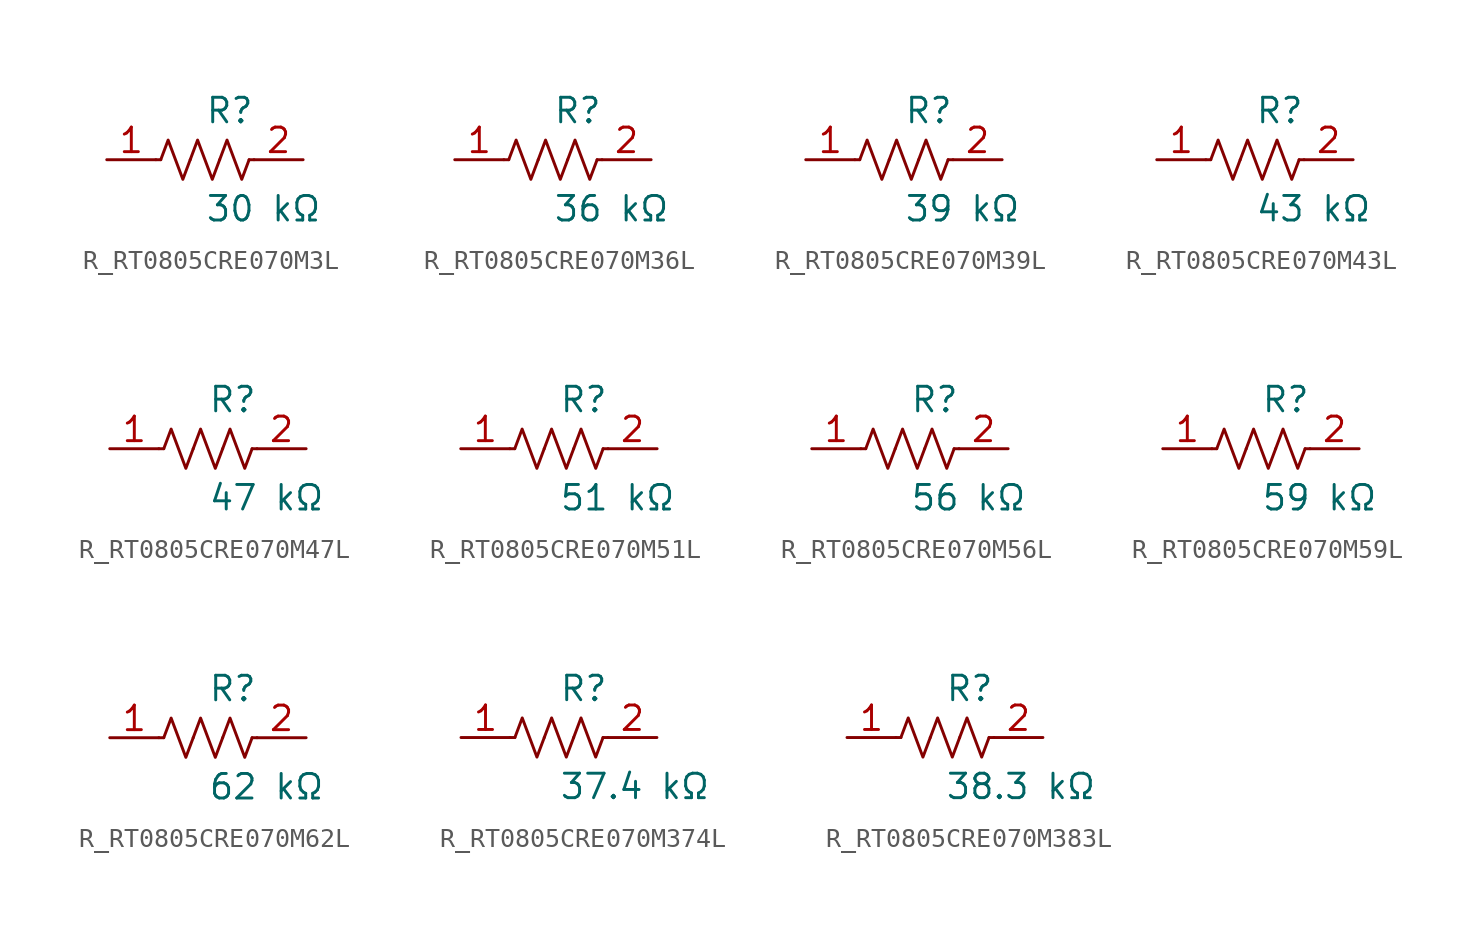
<source format=kicad_sym>
(kicad_symbol_lib
  (version 20231120)
  (generator kicad_symbol_editor)
  (generator_version 8.0)
  (symbol "R_RT0805CRE070M3L"
    (pin_names
      (offset 0.254))
    (property "Reference" "R"
      (at 0.0 2.54 0)
      (effects (font (size 1.27 1.27)) (justify left)))
    (property "Value" "30 kΩ"
      (at 0.0 -2.54 0)
      (effects (font (size 1.27 1.27)) (justify left)))
    (symbol "R_RT0805CRE070M3L_0_1"
      (polyline (pts (xy 2.286 0) (xy 2.54 0)) (stroke (width 0) (type default)) (fill (type none)))
      (polyline (pts (xy -2.286 0) (xy -2.54 0)) (stroke (width 0) (type default)) (fill (type none)))
      (polyline (pts (xy 0.762 0) (xy 1.143 1.016) (xy 1.524 0) (xy 1.905 -1.016) (xy 2.286 0)) (stroke (width 0) (type default)) (fill (type none)))
      (polyline (pts (xy -0.762 0) (xy -0.381 1.016) (xy 0 0) (xy 0.381 -1.016) (xy 0.762 0)) (stroke (width 0) (type default)) (fill (type none)))
      (polyline (pts (xy -2.286 0) (xy -1.905 1.016) (xy -1.524 0) (xy -1.143 -1.016) (xy -0.762 0)) (stroke (width 0) (type default)) (fill (type none))))
    (pin unspecified line
      (at -5.08 0 0)
      (length 2.54)
      (name "" (effects (font (size 1.27 1.27))))
      (number "1" (effects (font (size 1.27 1.27)))))
    (pin unspecified line
      (at 5.08 0 180)
      (length 2.54)
      (name "" (effects (font (size 1.27 1.27))))
      (number "2" (effects (font (size 1.27 1.27))))))
  (symbol "R_RT0805CRE070M36L"
    (pin_names
      (offset 0.254))
    (property "Reference" "R"
      (at 0.0 2.54 0)
      (effects (font (size 1.27 1.27)) (justify left)))
    (property "Value" "36 kΩ"
      (at 0.0 -2.54 0)
      (effects (font (size 1.27 1.27)) (justify left)))
    (symbol "R_RT0805CRE070M36L_0_1"
      (polyline (pts (xy 2.286 0) (xy 2.54 0)) (stroke (width 0) (type default)) (fill (type none)))
      (polyline (pts (xy -2.286 0) (xy -2.54 0)) (stroke (width 0) (type default)) (fill (type none)))
      (polyline (pts (xy 0.762 0) (xy 1.143 1.016) (xy 1.524 0) (xy 1.905 -1.016) (xy 2.286 0)) (stroke (width 0) (type default)) (fill (type none)))
      (polyline (pts (xy -0.762 0) (xy -0.381 1.016) (xy 0 0) (xy 0.381 -1.016) (xy 0.762 0)) (stroke (width 0) (type default)) (fill (type none)))
      (polyline (pts (xy -2.286 0) (xy -1.905 1.016) (xy -1.524 0) (xy -1.143 -1.016) (xy -0.762 0)) (stroke (width 0) (type default)) (fill (type none))))
    (pin unspecified line
      (at -5.08 0 0)
      (length 2.54)
      (name "" (effects (font (size 1.27 1.27))))
      (number "1" (effects (font (size 1.27 1.27)))))
    (pin unspecified line
      (at 5.08 0 180)
      (length 2.54)
      (name "" (effects (font (size 1.27 1.27))))
      (number "2" (effects (font (size 1.27 1.27))))))
  (symbol "R_RT0805CRE070M39L"
    (pin_names
      (offset 0.254))
    (property "Reference" "R"
      (at 0.0 2.54 0)
      (effects (font (size 1.27 1.27)) (justify left)))
    (property "Value" "39 kΩ"
      (at 0.0 -2.54 0)
      (effects (font (size 1.27 1.27)) (justify left)))
    (symbol "R_RT0805CRE070M39L_0_1"
      (polyline (pts (xy 2.286 0) (xy 2.54 0)) (stroke (width 0) (type default)) (fill (type none)))
      (polyline (pts (xy -2.286 0) (xy -2.54 0)) (stroke (width 0) (type default)) (fill (type none)))
      (polyline (pts (xy 0.762 0) (xy 1.143 1.016) (xy 1.524 0) (xy 1.905 -1.016) (xy 2.286 0)) (stroke (width 0) (type default)) (fill (type none)))
      (polyline (pts (xy -0.762 0) (xy -0.381 1.016) (xy 0 0) (xy 0.381 -1.016) (xy 0.762 0)) (stroke (width 0) (type default)) (fill (type none)))
      (polyline (pts (xy -2.286 0) (xy -1.905 1.016) (xy -1.524 0) (xy -1.143 -1.016) (xy -0.762 0)) (stroke (width 0) (type default)) (fill (type none))))
    (pin unspecified line
      (at -5.08 0 0)
      (length 2.54)
      (name "" (effects (font (size 1.27 1.27))))
      (number "1" (effects (font (size 1.27 1.27)))))
    (pin unspecified line
      (at 5.08 0 180)
      (length 2.54)
      (name "" (effects (font (size 1.27 1.27))))
      (number "2" (effects (font (size 1.27 1.27))))))
  (symbol "R_RT0805CRE070M43L"
    (pin_names
      (offset 0.254))
    (property "Reference" "R"
      (at 0.0 2.54 0)
      (effects (font (size 1.27 1.27)) (justify left)))
    (property "Value" "43 kΩ"
      (at 0.0 -2.54 0)
      (effects (font (size 1.27 1.27)) (justify left)))
    (symbol "R_RT0805CRE070M43L_0_1"
      (polyline (pts (xy 2.286 0) (xy 2.54 0)) (stroke (width 0) (type default)) (fill (type none)))
      (polyline (pts (xy -2.286 0) (xy -2.54 0)) (stroke (width 0) (type default)) (fill (type none)))
      (polyline (pts (xy 0.762 0) (xy 1.143 1.016) (xy 1.524 0) (xy 1.905 -1.016) (xy 2.286 0)) (stroke (width 0) (type default)) (fill (type none)))
      (polyline (pts (xy -0.762 0) (xy -0.381 1.016) (xy 0 0) (xy 0.381 -1.016) (xy 0.762 0)) (stroke (width 0) (type default)) (fill (type none)))
      (polyline (pts (xy -2.286 0) (xy -1.905 1.016) (xy -1.524 0) (xy -1.143 -1.016) (xy -0.762 0)) (stroke (width 0) (type default)) (fill (type none))))
    (pin unspecified line
      (at -5.08 0 0)
      (length 2.54)
      (name "" (effects (font (size 1.27 1.27))))
      (number "1" (effects (font (size 1.27 1.27)))))
    (pin unspecified line
      (at 5.08 0 180)
      (length 2.54)
      (name "" (effects (font (size 1.27 1.27))))
      (number "2" (effects (font (size 1.27 1.27))))))
  (symbol "R_RT0805CRE070M47L"
    (pin_names
      (offset 0.254))
    (property "Reference" "R"
      (at 0.0 2.54 0)
      (effects (font (size 1.27 1.27)) (justify left)))
    (property "Value" "47 kΩ"
      (at 0.0 -2.54 0)
      (effects (font (size 1.27 1.27)) (justify left)))
    (symbol "R_RT0805CRE070M47L_0_1"
      (polyline (pts (xy 2.286 0) (xy 2.54 0)) (stroke (width 0) (type default)) (fill (type none)))
      (polyline (pts (xy -2.286 0) (xy -2.54 0)) (stroke (width 0) (type default)) (fill (type none)))
      (polyline (pts (xy 0.762 0) (xy 1.143 1.016) (xy 1.524 0) (xy 1.905 -1.016) (xy 2.286 0)) (stroke (width 0) (type default)) (fill (type none)))
      (polyline (pts (xy -0.762 0) (xy -0.381 1.016) (xy 0 0) (xy 0.381 -1.016) (xy 0.762 0)) (stroke (width 0) (type default)) (fill (type none)))
      (polyline (pts (xy -2.286 0) (xy -1.905 1.016) (xy -1.524 0) (xy -1.143 -1.016) (xy -0.762 0)) (stroke (width 0) (type default)) (fill (type none))))
    (pin unspecified line
      (at -5.08 0 0)
      (length 2.54)
      (name "" (effects (font (size 1.27 1.27))))
      (number "1" (effects (font (size 1.27 1.27)))))
    (pin unspecified line
      (at 5.08 0 180)
      (length 2.54)
      (name "" (effects (font (size 1.27 1.27))))
      (number "2" (effects (font (size 1.27 1.27))))))
  (symbol "R_RT0805CRE070M51L"
    (pin_names
      (offset 0.254))
    (property "Reference" "R"
      (at 0.0 2.54 0)
      (effects (font (size 1.27 1.27)) (justify left)))
    (property "Value" "51 kΩ"
      (at 0.0 -2.54 0)
      (effects (font (size 1.27 1.27)) (justify left)))
    (symbol "R_RT0805CRE070M51L_0_1"
      (polyline (pts (xy 2.286 0) (xy 2.54 0)) (stroke (width 0) (type default)) (fill (type none)))
      (polyline (pts (xy -2.286 0) (xy -2.54 0)) (stroke (width 0) (type default)) (fill (type none)))
      (polyline (pts (xy 0.762 0) (xy 1.143 1.016) (xy 1.524 0) (xy 1.905 -1.016) (xy 2.286 0)) (stroke (width 0) (type default)) (fill (type none)))
      (polyline (pts (xy -0.762 0) (xy -0.381 1.016) (xy 0 0) (xy 0.381 -1.016) (xy 0.762 0)) (stroke (width 0) (type default)) (fill (type none)))
      (polyline (pts (xy -2.286 0) (xy -1.905 1.016) (xy -1.524 0) (xy -1.143 -1.016) (xy -0.762 0)) (stroke (width 0) (type default)) (fill (type none))))
    (pin unspecified line
      (at -5.08 0 0)
      (length 2.54)
      (name "" (effects (font (size 1.27 1.27))))
      (number "1" (effects (font (size 1.27 1.27)))))
    (pin unspecified line
      (at 5.08 0 180)
      (length 2.54)
      (name "" (effects (font (size 1.27 1.27))))
      (number "2" (effects (font (size 1.27 1.27))))))
  (symbol "R_RT0805CRE070M56L"
    (pin_names
      (offset 0.254))
    (property "Reference" "R"
      (at 0.0 2.54 0)
      (effects (font (size 1.27 1.27)) (justify left)))
    (property "Value" "56 kΩ"
      (at 0.0 -2.54 0)
      (effects (font (size 1.27 1.27)) (justify left)))
    (symbol "R_RT0805CRE070M56L_0_1"
      (polyline (pts (xy 2.286 0) (xy 2.54 0)) (stroke (width 0) (type default)) (fill (type none)))
      (polyline (pts (xy -2.286 0) (xy -2.54 0)) (stroke (width 0) (type default)) (fill (type none)))
      (polyline (pts (xy 0.762 0) (xy 1.143 1.016) (xy 1.524 0) (xy 1.905 -1.016) (xy 2.286 0)) (stroke (width 0) (type default)) (fill (type none)))
      (polyline (pts (xy -0.762 0) (xy -0.381 1.016) (xy 0 0) (xy 0.381 -1.016) (xy 0.762 0)) (stroke (width 0) (type default)) (fill (type none)))
      (polyline (pts (xy -2.286 0) (xy -1.905 1.016) (xy -1.524 0) (xy -1.143 -1.016) (xy -0.762 0)) (stroke (width 0) (type default)) (fill (type none))))
    (pin unspecified line
      (at -5.08 0 0)
      (length 2.54)
      (name "" (effects (font (size 1.27 1.27))))
      (number "1" (effects (font (size 1.27 1.27)))))
    (pin unspecified line
      (at 5.08 0 180)
      (length 2.54)
      (name "" (effects (font (size 1.27 1.27))))
      (number "2" (effects (font (size 1.27 1.27))))))
  (symbol "R_RT0805CRE070M59L"
    (pin_names
      (offset 0.254))
    (property "Reference" "R"
      (at 0.0 2.54 0)
      (effects (font (size 1.27 1.27)) (justify left)))
    (property "Value" "59 kΩ"
      (at 0.0 -2.54 0)
      (effects (font (size 1.27 1.27)) (justify left)))
    (symbol "R_RT0805CRE070M59L_0_1"
      (polyline (pts (xy 2.286 0) (xy 2.54 0)) (stroke (width 0) (type default)) (fill (type none)))
      (polyline (pts (xy -2.286 0) (xy -2.54 0)) (stroke (width 0) (type default)) (fill (type none)))
      (polyline (pts (xy 0.762 0) (xy 1.143 1.016) (xy 1.524 0) (xy 1.905 -1.016) (xy 2.286 0)) (stroke (width 0) (type default)) (fill (type none)))
      (polyline (pts (xy -0.762 0) (xy -0.381 1.016) (xy 0 0) (xy 0.381 -1.016) (xy 0.762 0)) (stroke (width 0) (type default)) (fill (type none)))
      (polyline (pts (xy -2.286 0) (xy -1.905 1.016) (xy -1.524 0) (xy -1.143 -1.016) (xy -0.762 0)) (stroke (width 0) (type default)) (fill (type none))))
    (pin unspecified line
      (at -5.08 0 0)
      (length 2.54)
      (name "" (effects (font (size 1.27 1.27))))
      (number "1" (effects (font (size 1.27 1.27)))))
    (pin unspecified line
      (at 5.08 0 180)
      (length 2.54)
      (name "" (effects (font (size 1.27 1.27))))
      (number "2" (effects (font (size 1.27 1.27))))))
  (symbol "R_RT0805CRE070M62L"
    (pin_names
      (offset 0.254))
    (property "Reference" "R"
      (at 0.0 2.54 0)
      (effects (font (size 1.27 1.27)) (justify left)))
    (property "Value" "62 kΩ"
      (at 0.0 -2.54 0)
      (effects (font (size 1.27 1.27)) (justify left)))
    (symbol "R_RT0805CRE070M62L_0_1"
      (polyline (pts (xy 2.286 0) (xy 2.54 0)) (stroke (width 0) (type default)) (fill (type none)))
      (polyline (pts (xy -2.286 0) (xy -2.54 0)) (stroke (width 0) (type default)) (fill (type none)))
      (polyline (pts (xy 0.762 0) (xy 1.143 1.016) (xy 1.524 0) (xy 1.905 -1.016) (xy 2.286 0)) (stroke (width 0) (type default)) (fill (type none)))
      (polyline (pts (xy -0.762 0) (xy -0.381 1.016) (xy 0 0) (xy 0.381 -1.016) (xy 0.762 0)) (stroke (width 0) (type default)) (fill (type none)))
      (polyline (pts (xy -2.286 0) (xy -1.905 1.016) (xy -1.524 0) (xy -1.143 -1.016) (xy -0.762 0)) (stroke (width 0) (type default)) (fill (type none))))
    (pin unspecified line
      (at -5.08 0 0)
      (length 2.54)
      (name "" (effects (font (size 1.27 1.27))))
      (number "1" (effects (font (size 1.27 1.27)))))
    (pin unspecified line
      (at 5.08 0 180)
      (length 2.54)
      (name "" (effects (font (size 1.27 1.27))))
      (number "2" (effects (font (size 1.27 1.27))))))
  (symbol "R_RT0805CRE070M374L"
    (pin_names
      (offset 0.254))
    (property "Reference" "R"
      (at 0.0 2.54 0)
      (effects (font (size 1.27 1.27)) (justify left)))
    (property "Value" "37.4 kΩ"
      (at 0.0 -2.54 0)
      (effects (font (size 1.27 1.27)) (justify left)))
    (symbol "R_RT0805CRE070M374L_0_1"
      (polyline (pts (xy 2.286 0) (xy 2.54 0)) (stroke (width 0) (type default)) (fill (type none)))
      (polyline (pts (xy -2.286 0) (xy -2.54 0)) (stroke (width 0) (type default)) (fill (type none)))
      (polyline (pts (xy 0.762 0) (xy 1.143 1.016) (xy 1.524 0) (xy 1.905 -1.016) (xy 2.286 0)) (stroke (width 0) (type default)) (fill (type none)))
      (polyline (pts (xy -0.762 0) (xy -0.381 1.016) (xy 0 0) (xy 0.381 -1.016) (xy 0.762 0)) (stroke (width 0) (type default)) (fill (type none)))
      (polyline (pts (xy -2.286 0) (xy -1.905 1.016) (xy -1.524 0) (xy -1.143 -1.016) (xy -0.762 0)) (stroke (width 0) (type default)) (fill (type none))))
    (pin unspecified line
      (at -5.08 0 0)
      (length 2.54)
      (name "" (effects (font (size 1.27 1.27))))
      (number "1" (effects (font (size 1.27 1.27)))))
    (pin unspecified line
      (at 5.08 0 180)
      (length 2.54)
      (name "" (effects (font (size 1.27 1.27))))
      (number "2" (effects (font (size 1.27 1.27))))))
  (symbol "R_RT0805CRE070M383L"
    (pin_names
      (offset 0.254))
    (property "Reference" "R"
      (at 0.0 2.54 0)
      (effects (font (size 1.27 1.27)) (justify left)))
    (property "Value" "38.3 kΩ"
      (at 0.0 -2.54 0)
      (effects (font (size 1.27 1.27)) (justify left)))
    (symbol "R_RT0805CRE070M383L_0_1"
      (polyline (pts (xy 2.286 0) (xy 2.54 0)) (stroke (width 0) (type default)) (fill (type none)))
      (polyline (pts (xy -2.286 0) (xy -2.54 0)) (stroke (width 0) (type default)) (fill (type none)))
      (polyline (pts (xy 0.762 0) (xy 1.143 1.016) (xy 1.524 0) (xy 1.905 -1.016) (xy 2.286 0)) (stroke (width 0) (type default)) (fill (type none)))
      (polyline (pts (xy -0.762 0) (xy -0.381 1.016) (xy 0 0) (xy 0.381 -1.016) (xy 0.762 0)) (stroke (width 0) (type default)) (fill (type none)))
      (polyline (pts (xy -2.286 0) (xy -1.905 1.016) (xy -1.524 0) (xy -1.143 -1.016) (xy -0.762 0)) (stroke (width 0) (type default)) (fill (type none))))
    (pin unspecified line
      (at -5.08 0 0)
      (length 2.54)
      (name "" (effects (font (size 1.27 1.27))))
      (number "1" (effects (font (size 1.27 1.27)))))
    (pin unspecified line
      (at 5.08 0 180)
      (length 2.54)
      (name "" (effects (font (size 1.27 1.27))))
      (number "2" (effects (font (size 1.27 1.27)))))))
</source>
